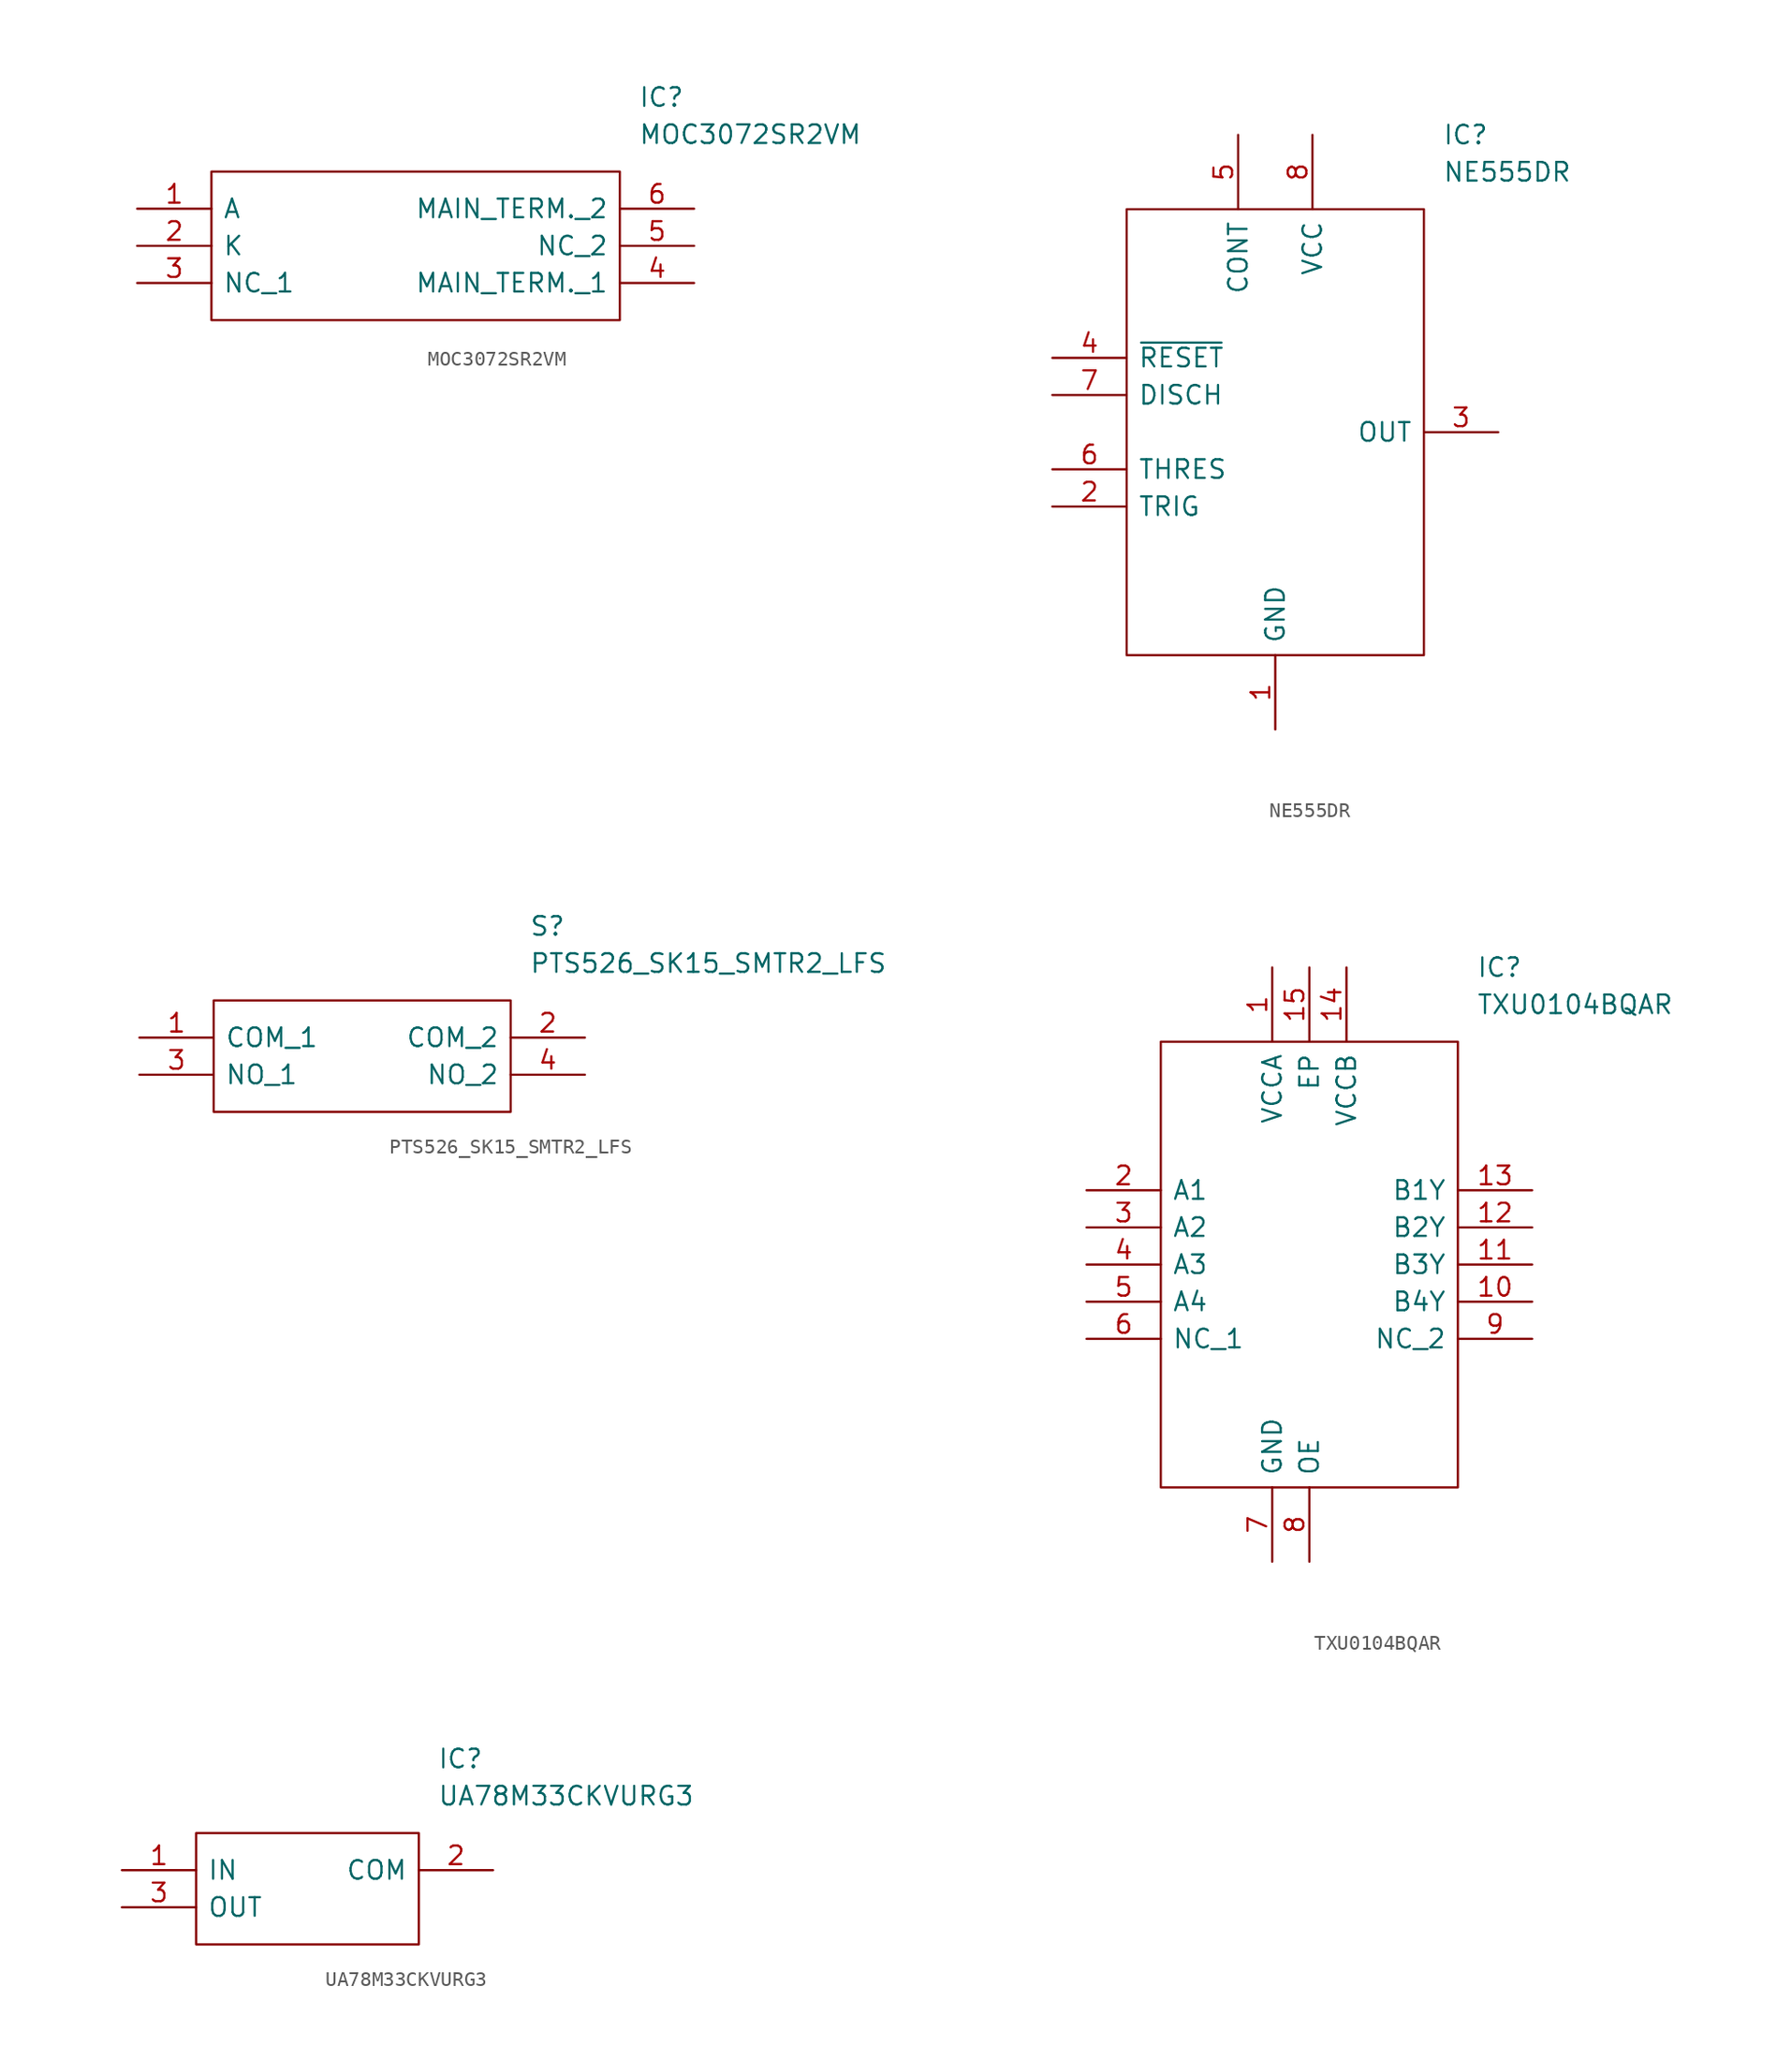
<source format=kicad_sym>
(kicad_symbol_lib
  (version 20211014)
  (generator kicad_symbol_editor)
  (symbol "SamacSys_Parts:MOC3072SR2VM"
    (pin_names
      (offset 0.762))
    (property "Reference" "IC"
      (at 34.29 7.62 0)
      (effects (font (size 1.27 1.27)) (justify left)))
    (property "Value" "MOC3072SR2VM"
      (at 34.29 5.08 0)
      (effects (font (size 1.27 1.27)) (justify left)))
    (symbol "MOC3072SR2VM_0_0"
      (pin passive line (at 0 0 0) (length 5.08) (name "A" (effects (font (size 1.27 1.27)))) (number "1" (effects (font (size 1.27 1.27)))))
      (pin passive line (at 0 -2.54 0) (length 5.08) (name "K" (effects (font (size 1.27 1.27)))) (number "2" (effects (font (size 1.27 1.27)))))
      (pin passive line (at 0 -5.08 0) (length 5.08) (name "NC_1" (effects (font (size 1.27 1.27)))) (number "3" (effects (font (size 1.27 1.27)))))
      (pin passive line (at 38.1 -5.08 180) (length 5.08) (name "MAIN_TERM._1" (effects (font (size 1.27 1.27)))) (number "4" (effects (font (size 1.27 1.27)))))
      (pin passive line (at 38.1 -2.54 180) (length 5.08) (name "NC_2" (effects (font (size 1.27 1.27)))) (number "5" (effects (font (size 1.27 1.27)))))
      (pin passive line (at 38.1 0 180) (length 5.08) (name "MAIN_TERM._2" (effects (font (size 1.27 1.27)))) (number "6" (effects (font (size 1.27 1.27))))))
    (symbol "MOC3072SR2VM_0_1"
      (polyline (pts (xy 5.08 2.54) (xy 33.02 2.54) (xy 33.02 -7.62) (xy 5.08 -7.62) (xy 5.08 2.54)) (stroke (width 0.152) (type default) (color 0 0 0 0)) (fill (type none)))))
  (symbol "SamacSys_Parts:NE555DR"
    (pin_names
      (offset 0.762))
    (property "Reference" "IC"
      (at 26.67 15.24 0)
      (effects (font (size 1.27 1.27)) (justify left)))
    (property "Value" "NE555DR"
      (at 26.67 12.7 0)
      (effects (font (size 1.27 1.27)) (justify left)))
    (symbol "NE555DR_0_0"
      (pin bidirectional line (at 15.24 -25.4 90) (length 5.08) (name "GND" (effects (font (size 1.27 1.27)))) (number "1" (effects (font (size 1.27 1.27)))))
      (pin bidirectional line (at 0 -10.16 0) (length 5.08) (name "TRIG" (effects (font (size 1.27 1.27)))) (number "2" (effects (font (size 1.27 1.27)))))
      (pin bidirectional line (at 30.48 -5.08 180) (length 5.08) (name "OUT" (effects (font (size 1.27 1.27)))) (number "3" (effects (font (size 1.27 1.27)))))
      (pin bidirectional line (at 0 0 0) (length 5.08) (name "~{RESET}" (effects (font (size 1.27 1.27)))) (number "4" (effects (font (size 1.27 1.27)))))
      (pin bidirectional line (at 12.7 15.24 270) (length 5.08) (name "CONT" (effects (font (size 1.27 1.27)))) (number "5" (effects (font (size 1.27 1.27)))))
      (pin bidirectional line (at 0 -7.62 0) (length 5.08) (name "THRES" (effects (font (size 1.27 1.27)))) (number "6" (effects (font (size 1.27 1.27)))))
      (pin bidirectional line (at 0 -2.54 0) (length 5.08) (name "DISCH" (effects (font (size 1.27 1.27)))) (number "7" (effects (font (size 1.27 1.27)))))
      (pin bidirectional line (at 17.78 15.24 270) (length 5.08) (name "VCC" (effects (font (size 1.27 1.27)))) (number "8" (effects (font (size 1.27 1.27))))))
    (symbol "NE555DR_0_1"
      (polyline (pts (xy 5.08 10.16) (xy 25.4 10.16) (xy 25.4 -20.32) (xy 5.08 -20.32) (xy 5.08 10.16)) (stroke (width 0.152) (type default) (color 0 0 0 0)) (fill (type none)))))
  (symbol "SamacSys_Parts:PTS526_SK15_SMTR2_LFS"
    (pin_names
      (offset 0.762))
    (property "Reference" "S"
      (at 26.67 7.62 0)
      (effects (font (size 1.27 1.27)) (justify left)))
    (property "Value" "PTS526_SK15_SMTR2_LFS"
      (at 26.67 5.08 0)
      (effects (font (size 1.27 1.27)) (justify left)))
    (symbol "PTS526_SK15_SMTR2_LFS_0_0"
      (pin passive line (at 0 0 0) (length 5.08) (name "COM_1" (effects (font (size 1.27 1.27)))) (number "1" (effects (font (size 1.27 1.27)))))
      (pin passive line (at 30.48 0 180) (length 5.08) (name "COM_2" (effects (font (size 1.27 1.27)))) (number "2" (effects (font (size 1.27 1.27)))))
      (pin passive line (at 0 -2.54 0) (length 5.08) (name "NO_1" (effects (font (size 1.27 1.27)))) (number "3" (effects (font (size 1.27 1.27)))))
      (pin passive line (at 30.48 -2.54 180) (length 5.08) (name "NO_2" (effects (font (size 1.27 1.27)))) (number "4" (effects (font (size 1.27 1.27))))))
    (symbol "PTS526_SK15_SMTR2_LFS_0_1"
      (polyline (pts (xy 5.08 2.54) (xy 25.4 2.54) (xy 25.4 -5.08) (xy 5.08 -5.08) (xy 5.08 2.54)) (stroke (width 0.152) (type default) (color 0 0 0 0)) (fill (type none)))))
  (symbol "SamacSys_Parts:TXU0104BQAR"
    (pin_names
      (offset 0.762))
    (property "Reference" "IC"
      (at 26.67 15.24 0)
      (effects (font (size 1.27 1.27)) (justify left)))
    (property "Value" "TXU0104BQAR"
      (at 26.67 12.7 0)
      (effects (font (size 1.27 1.27)) (justify left)))
    (symbol "TXU0104BQAR_0_0"
      (pin passive line (at 12.7 15.24 270) (length 5.08) (name "VCCA" (effects (font (size 1.27 1.27)))) (number "1" (effects (font (size 1.27 1.27)))))
      (pin passive line (at 30.48 -7.62 180) (length 5.08) (name "B4Y" (effects (font (size 1.27 1.27)))) (number "10" (effects (font (size 1.27 1.27)))))
      (pin passive line (at 30.48 -5.08 180) (length 5.08) (name "B3Y" (effects (font (size 1.27 1.27)))) (number "11" (effects (font (size 1.27 1.27)))))
      (pin passive line (at 30.48 -2.54 180) (length 5.08) (name "B2Y" (effects (font (size 1.27 1.27)))) (number "12" (effects (font (size 1.27 1.27)))))
      (pin passive line (at 30.48 0 180) (length 5.08) (name "B1Y" (effects (font (size 1.27 1.27)))) (number "13" (effects (font (size 1.27 1.27)))))
      (pin passive line (at 17.78 15.24 270) (length 5.08) (name "VCCB" (effects (font (size 1.27 1.27)))) (number "14" (effects (font (size 1.27 1.27)))))
      (pin passive line (at 15.24 15.24 270) (length 5.08) (name "EP" (effects (font (size 1.27 1.27)))) (number "15" (effects (font (size 1.27 1.27)))))
      (pin passive line (at 0 0 0) (length 5.08) (name "A1" (effects (font (size 1.27 1.27)))) (number "2" (effects (font (size 1.27 1.27)))))
      (pin passive line (at 0 -2.54 0) (length 5.08) (name "A2" (effects (font (size 1.27 1.27)))) (number "3" (effects (font (size 1.27 1.27)))))
      (pin passive line (at 0 -5.08 0) (length 5.08) (name "A3" (effects (font (size 1.27 1.27)))) (number "4" (effects (font (size 1.27 1.27)))))
      (pin passive line (at 0 -7.62 0) (length 5.08) (name "A4" (effects (font (size 1.27 1.27)))) (number "5" (effects (font (size 1.27 1.27)))))
      (pin passive line (at 0 -10.16 0) (length 5.08) (name "NC_1" (effects (font (size 1.27 1.27)))) (number "6" (effects (font (size 1.27 1.27)))))
      (pin passive line (at 12.7 -25.4 90) (length 5.08) (name "GND" (effects (font (size 1.27 1.27)))) (number "7" (effects (font (size 1.27 1.27)))))
      (pin passive line (at 15.24 -25.4 90) (length 5.08) (name "OE" (effects (font (size 1.27 1.27)))) (number "8" (effects (font (size 1.27 1.27)))))
      (pin passive line (at 30.48 -10.16 180) (length 5.08) (name "NC_2" (effects (font (size 1.27 1.27)))) (number "9" (effects (font (size 1.27 1.27))))))
    (symbol "TXU0104BQAR_0_1"
      (polyline (pts (xy 5.08 10.16) (xy 25.4 10.16) (xy 25.4 -20.32) (xy 5.08 -20.32) (xy 5.08 10.16)) (stroke (width 0.152) (type default) (color 0 0 0 0)) (fill (type none)))))
  (symbol "SamacSys_Parts:UA78M33CKVURG3"
    (pin_names
      (offset 0.762))
    (property "Reference" "IC"
      (at 21.59 7.62 0)
      (effects (font (size 1.27 1.27)) (justify left)))
    (property "Value" "UA78M33CKVURG3"
      (at 21.59 5.08 0)
      (effects (font (size 1.27 1.27)) (justify left)))
    (symbol "UA78M33CKVURG3_0_0"
      (pin passive line (at 0 0 0) (length 5.08) (name "IN" (effects (font (size 1.27 1.27)))) (number "1" (effects (font (size 1.27 1.27)))))
      (pin passive line (at 25.4 0 180) (length 5.08) (name "COM" (effects (font (size 1.27 1.27)))) (number "2" (effects (font (size 1.27 1.27)))))
      (pin passive line (at 0 -2.54 0) (length 5.08) (name "OUT" (effects (font (size 1.27 1.27)))) (number "3" (effects (font (size 1.27 1.27))))))
    (symbol "UA78M33CKVURG3_0_1"
      (polyline (pts (xy 5.08 2.54) (xy 20.32 2.54) (xy 20.32 -5.08) (xy 5.08 -5.08) (xy 5.08 2.54)) (stroke (width 0.152) (type default) (color 0 0 0 0)) (fill (type none))))))
</source>
